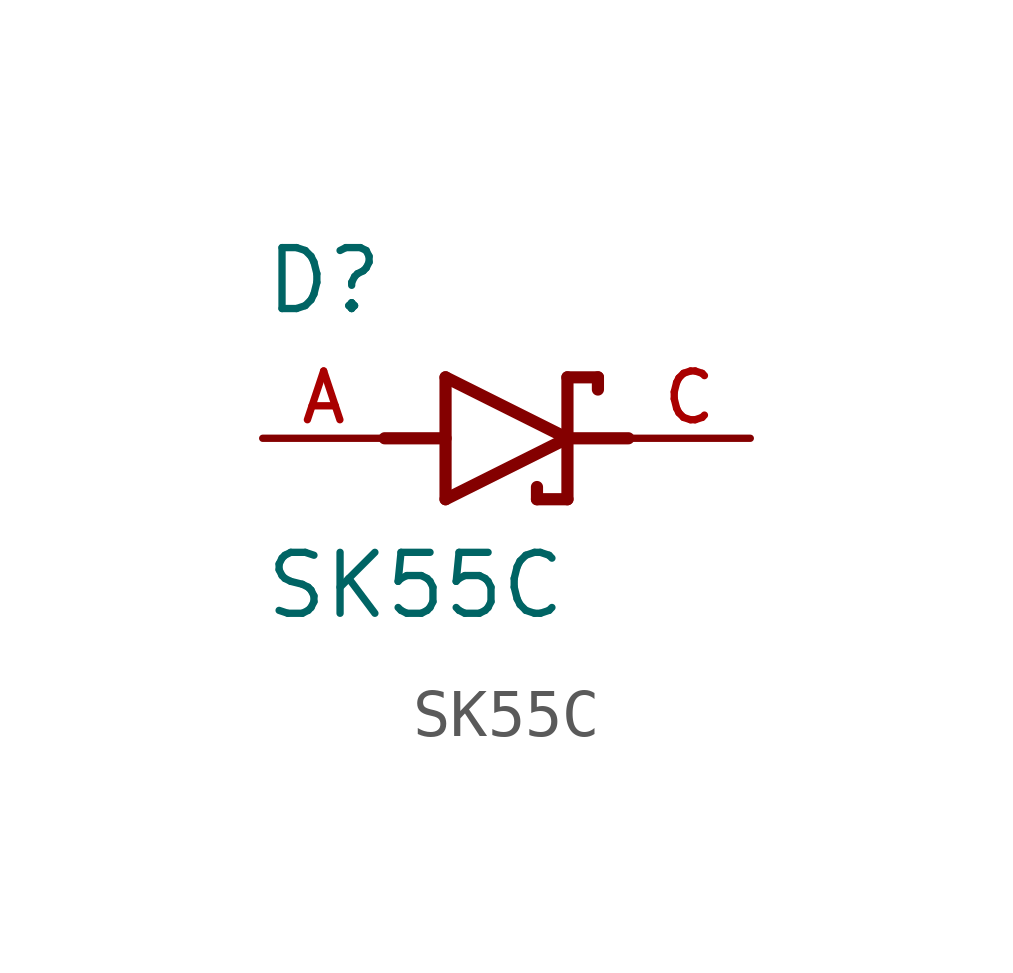
<source format=kicad_sym>
(kicad_symbol_lib
  (version 20211014)
  (generator kicad_symbol_editor)
  (symbol "SK55C"
    (pin_names
      (offset 1.016))
    (property "Reference" "D"
      (at -5.08 2.54 0)
      (effects (font (size 1.27 1.27)) (justify bottom left)))
    (property "Value" "SK55C"
      (at -5.08 -3.81 0)
      (effects (font (size 1.27 1.27)) (justify bottom left)))
    (symbol "SK55C_0_0"
      (polyline (pts (xy -1.27 -1.27) (xy 1.27 0.0)) (stroke (width 0.254)))
      (polyline (pts (xy 1.27 0.0) (xy -1.27 1.27)) (stroke (width 0.254)))
      (polyline (pts (xy 1.905 1.27) (xy 1.27 1.27)) (stroke (width 0.254)))
      (polyline (pts (xy -1.27 1.27) (xy -1.27 -1.27)) (stroke (width 0.254)))
      (polyline (pts (xy 1.27 1.27) (xy 1.27 -1.27)) (stroke (width 0.254)))
      (polyline (pts (xy 1.905 1.27) (xy 1.905 1.016)) (stroke (width 0.254)))
      (polyline (pts (xy 1.27 -1.27) (xy 0.635 -1.27)) (stroke (width 0.254)))
      (polyline (pts (xy 0.635 -1.016) (xy 0.635 -1.27)) (stroke (width 0.254)))
      (polyline (pts (xy -2.54 0.0) (xy -1.27 0.0)) (stroke (width 0.254)))
      (polyline (pts (xy 2.54 0.0) (xy 1.27 0.0)) (stroke (width 0.254)))
      (pin passive line (at 5.08 0.0 180.0) (length 2.54) (name "~" (effects (font (size 1.016 1.016)))) (number "C" (effects (font (size 1.016 1.016)))))
      (pin passive line (at -5.08 0.0 0) (length 2.54) (name "~" (effects (font (size 1.016 1.016)))) (number "A" (effects (font (size 1.016 1.016))))))))
</source>
